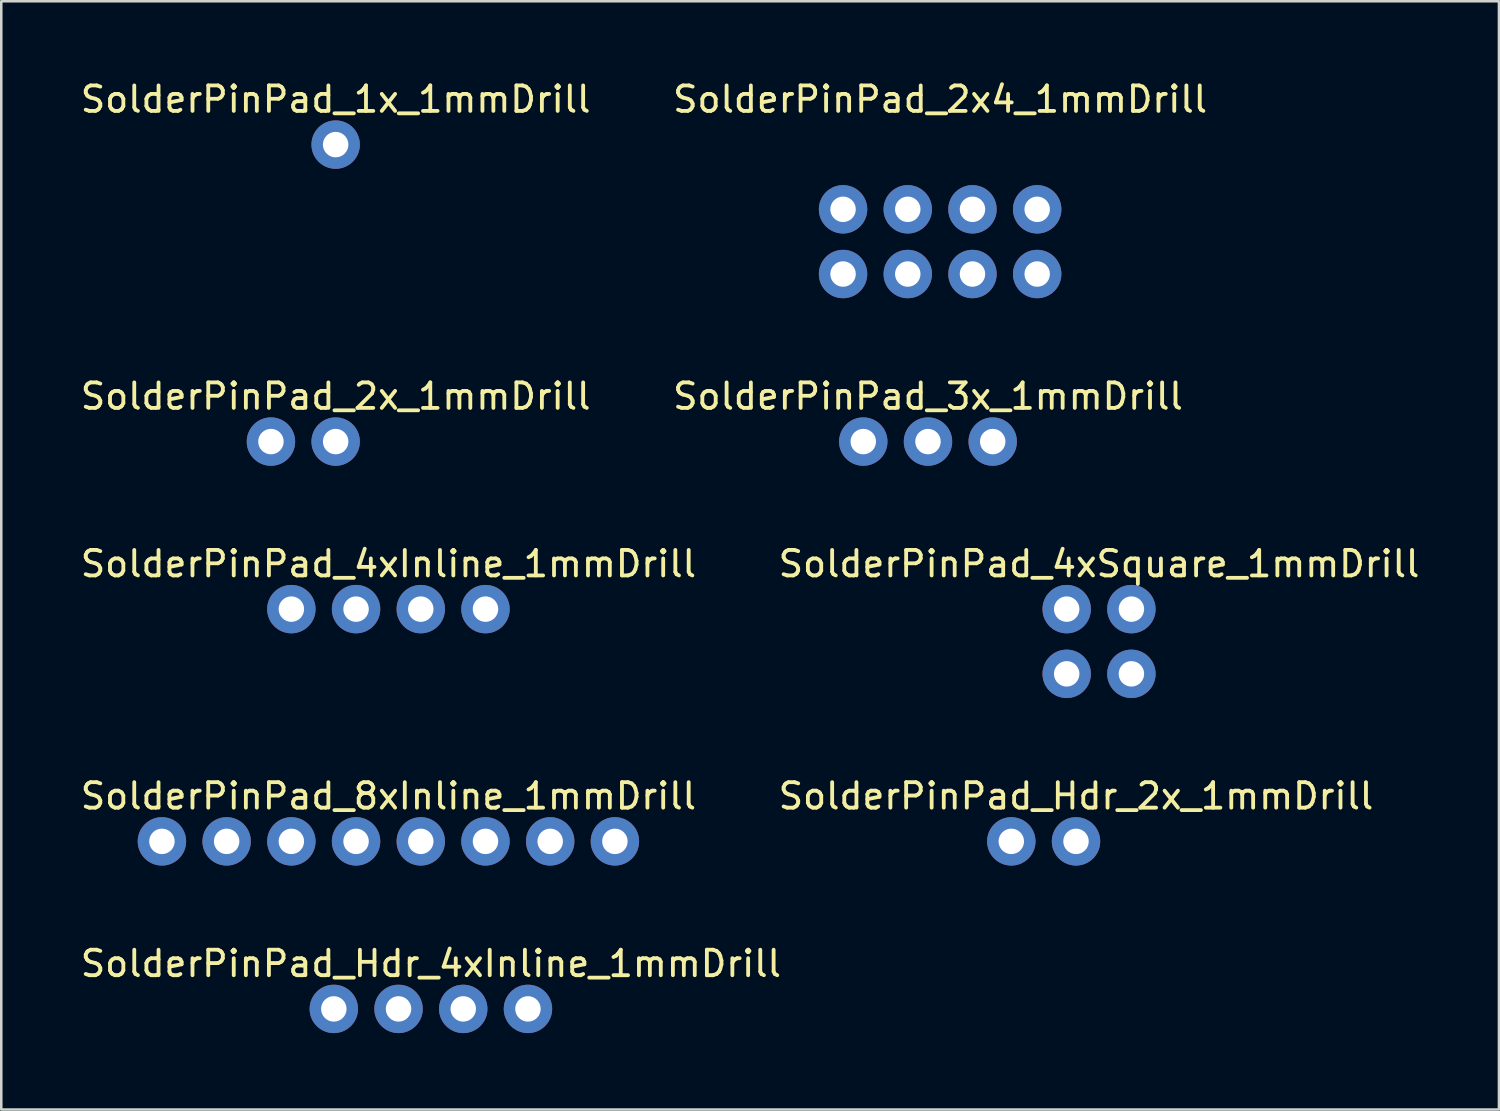
<source format=kicad_pcb>
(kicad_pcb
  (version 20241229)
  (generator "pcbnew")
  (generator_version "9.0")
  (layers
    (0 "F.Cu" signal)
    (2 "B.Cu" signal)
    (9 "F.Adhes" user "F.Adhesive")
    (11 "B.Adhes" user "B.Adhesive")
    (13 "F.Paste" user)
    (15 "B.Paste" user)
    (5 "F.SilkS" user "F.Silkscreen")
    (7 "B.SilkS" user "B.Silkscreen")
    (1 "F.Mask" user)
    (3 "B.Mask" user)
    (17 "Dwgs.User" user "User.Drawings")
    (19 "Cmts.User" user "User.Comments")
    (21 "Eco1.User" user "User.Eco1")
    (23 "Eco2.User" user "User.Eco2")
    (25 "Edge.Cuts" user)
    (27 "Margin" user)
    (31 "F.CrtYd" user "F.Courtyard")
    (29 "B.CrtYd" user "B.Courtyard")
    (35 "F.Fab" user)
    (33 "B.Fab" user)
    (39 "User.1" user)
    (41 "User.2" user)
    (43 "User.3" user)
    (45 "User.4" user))
  (footprint "SolderPinPad_2x_1mmDrill"
    (layer "F.Cu")
    (at 7.585 14.283)
    (property "Reference" "SolderPinPad_2x_1mmDrill" (at 2.54 -1.778 0) (layer "F.SilkS") (effects (font (size 1 1) (thickness 0.15))))
    (attr through_hole)
    (pad "1" thru_hole circle (at 0 0) (size 1.9 1.9) (drill 1) (layers "*.Cu" "*.Mask"))
    (pad "1" thru_hole circle (at 2.54 0) (size 1.9 1.9) (drill 1) (layers "*.Cu" "*.Mask")))
  (footprint "SolderPinPad_Hdr_4xInline_1mmDrill"
    (layer "F.Cu")
    (at 13.863 36.551)
    (property "Reference" "SolderPinPad_Hdr_4xInline_1mmDrill" (at 0 -1.778 0) (layer "F.SilkS") (effects (font (size 1 1) (thickness 0.15))))
    (attr through_hole)
    (pad "1" thru_hole circle (at -3.81 0) (size 1.9 1.9) (drill 1) (layers "*.Cu" "*.Mask"))
    (pad "2" thru_hole circle (at -1.27 0) (size 1.9 1.9) (drill 1) (layers "*.Cu" "*.Mask"))
    (pad "3" thru_hole circle (at 1.27 0) (size 1.9 1.9) (drill 1) (layers "*.Cu" "*.Mask"))
    (pad "4" thru_hole circle (at 3.81 0) (size 1.9 1.9) (drill 1) (layers "*.Cu" "*.Mask")))
  (footprint "SolderPinPad_4xSquare_1mmDrill"
    (layer "F.Cu")
    (at 40.089 22.129)
    (property "Reference" "SolderPinPad_4xSquare_1mmDrill" (at 0 -3.048 0) (layer "F.SilkS") (effects (font (size 1 1) (thickness 0.15))))
    (attr through_hole)
    (pad "1" thru_hole circle (at -1.27 -1.27) (size 1.9 1.9) (drill 1) (layers "*.Cu" "*.Mask"))
    (pad "1" thru_hole circle (at -1.27 1.27) (size 1.9 1.9) (drill 1) (layers "*.Cu" "*.Mask"))
    (pad "1" thru_hole circle (at 1.27 -1.27) (size 1.9 1.9) (drill 1) (layers "*.Cu" "*.Mask"))
    (pad "1" thru_hole circle (at 1.27 1.27) (size 1.9 1.9) (drill 1) (layers "*.Cu" "*.Mask")))
  (footprint "SolderPinPad_3x_1mmDrill"
    (layer "F.Cu")
    (at 33.375 14.283)
    (property "Reference" "SolderPinPad_3x_1mmDrill" (at 0 -1.778 0) (layer "F.SilkS") (effects (font (size 1 1) (thickness 0.15))))
    (attr through_hole)
    (pad "1" thru_hole circle (at -2.54 0) (size 1.9 1.9) (drill 1) (layers "*.Cu" "*.Mask"))
    (pad "1" thru_hole circle (at 0 0) (size 1.9 1.9) (drill 1) (layers "*.Cu" "*.Mask"))
    (pad "1" thru_hole circle (at 2.54 0) (size 1.9 1.9) (drill 1) (layers "*.Cu" "*.Mask")))
  (footprint "SolderPinPad_2x4_1mmDrill"
    (layer "F.Cu")
    (at 33.851 5.166)
    (property "Reference" "SolderPinPad_2x4_1mmDrill" (at 0 -4.318 0) (layer "F.SilkS") (effects (font (size 1 1) (thickness 0.15))))
    (attr through_hole)
    (pad "1" thru_hole circle (at -3.81 0) (size 1.9 1.9) (drill 1) (layers "*.Cu" "*.Mask"))
    (pad "1" thru_hole circle (at -3.81 2.54) (size 1.9 1.9) (drill 1) (layers "*.Cu" "*.Mask"))
    (pad "1" thru_hole circle (at -1.27 0) (size 1.9 1.9) (drill 1) (layers "*.Cu" "*.Mask"))
    (pad "1" thru_hole circle (at -1.27 2.54) (size 1.9 1.9) (drill 1) (layers "*.Cu" "*.Mask"))
    (pad "1" thru_hole circle (at 1.27 0) (size 1.9 1.9) (drill 1) (layers "*.Cu" "*.Mask"))
    (pad "1" thru_hole circle (at 1.27 2.54) (size 1.9 1.9) (drill 1) (layers "*.Cu" "*.Mask"))
    (pad "1" thru_hole circle (at 3.81 0) (size 1.9 1.9) (drill 1) (layers "*.Cu" "*.Mask"))
    (pad "1" thru_hole circle (at 3.81 2.54) (size 1.9 1.9) (drill 1) (layers "*.Cu" "*.Mask")))
  (footprint "SolderPinPad_Hdr_2x_1mmDrill"
    (layer "F.Cu")
    (at 36.645 29.975)
    (property "Reference" "SolderPinPad_Hdr_2x_1mmDrill" (at 2.54 -1.778 0) (layer "F.SilkS") (effects (font (size 1 1) (thickness 0.15))))
    (attr through_hole)
    (pad "1" thru_hole circle (at 2.54 0) (size 1.9 1.9) (drill 1) (layers "*.Cu" "*.Mask"))
    (pad "2" thru_hole circle (at 0 0) (size 1.9 1.9) (drill 1) (layers "*.Cu" "*.Mask")))
  (footprint "SolderPinPad_4xInline_1mmDrill"
    (layer "F.Cu")
    (at 12.196 20.859)
    (property "Reference" "SolderPinPad_4xInline_1mmDrill" (at 0 -1.778 0) (layer "F.SilkS") (effects (font (size 1 1) (thickness 0.15))))
    (attr through_hole)
    (pad "1" thru_hole circle (at -3.81 0) (size 1.9 1.9) (drill 1) (layers "*.Cu" "*.Mask"))
    (pad "1" thru_hole circle (at -1.27 0) (size 1.9 1.9) (drill 1) (layers "*.Cu" "*.Mask"))
    (pad "1" thru_hole circle (at 1.27 0) (size 1.9 1.9) (drill 1) (layers "*.Cu" "*.Mask"))
    (pad "1" thru_hole circle (at 3.81 0) (size 1.9 1.9) (drill 1) (layers "*.Cu" "*.Mask")))
  (footprint "SolderPinPad_8xInline_1mmDrill"
    (layer "F.Cu")
    (at 12.196 29.975)
    (property "Reference" "SolderPinPad_8xInline_1mmDrill" (at 0 -1.778 0) (layer "F.SilkS") (effects (font (size 1 1) (thickness 0.15))))
    (attr through_hole)
    (pad "1" thru_hole circle (at -8.89 0) (size 1.9 1.9) (drill 1) (layers "*.Cu" "*.Mask"))
    (pad "1" thru_hole circle (at -6.35 0) (size 1.9 1.9) (drill 1) (layers "*.Cu" "*.Mask"))
    (pad "1" thru_hole circle (at -3.81 0) (size 1.9 1.9) (drill 1) (layers "*.Cu" "*.Mask"))
    (pad "1" thru_hole circle (at -1.27 0) (size 1.9 1.9) (drill 1) (layers "*.Cu" "*.Mask"))
    (pad "1" thru_hole circle (at 1.27 0) (size 1.9 1.9) (drill 1) (layers "*.Cu" "*.Mask"))
    (pad "1" thru_hole circle (at 3.81 0) (size 1.9 1.9) (drill 1) (layers "*.Cu" "*.Mask"))
    (pad "1" thru_hole circle (at 6.35 0) (size 1.9 1.9) (drill 1) (layers "*.Cu" "*.Mask"))
    (pad "1" thru_hole circle (at 8.89 0) (size 1.9 1.9) (drill 1) (layers "*.Cu" "*.Mask")))
  (footprint "SolderPinPad_1x_1mmDrill"
    (layer "F.Cu")
    (at 10.125 2.626)
    (property "Reference" "SolderPinPad_1x_1mmDrill" (at 0 -1.778 0) (layer "F.SilkS") (effects (font (size 1 1) (thickness 0.15))))
    (attr through_hole)
    (pad "1" thru_hole circle (at 0 0) (size 1.9 1.9) (drill 1) (layers "*.Cu" "*.Mask")))
  (gr_rect
    (start -3 -3)
    (end 55.786 40.501)
    (stroke (width 0.1) (type default))
    (fill no)
    (layer "Edge.Cuts")))
</source>
